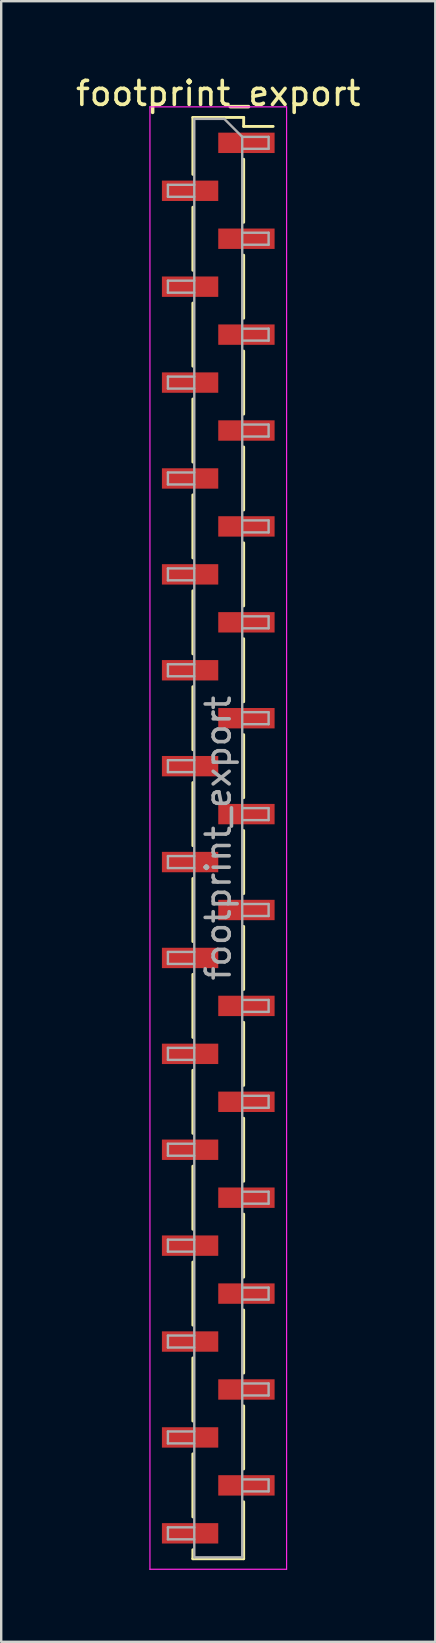
<source format=kicad_pcb>
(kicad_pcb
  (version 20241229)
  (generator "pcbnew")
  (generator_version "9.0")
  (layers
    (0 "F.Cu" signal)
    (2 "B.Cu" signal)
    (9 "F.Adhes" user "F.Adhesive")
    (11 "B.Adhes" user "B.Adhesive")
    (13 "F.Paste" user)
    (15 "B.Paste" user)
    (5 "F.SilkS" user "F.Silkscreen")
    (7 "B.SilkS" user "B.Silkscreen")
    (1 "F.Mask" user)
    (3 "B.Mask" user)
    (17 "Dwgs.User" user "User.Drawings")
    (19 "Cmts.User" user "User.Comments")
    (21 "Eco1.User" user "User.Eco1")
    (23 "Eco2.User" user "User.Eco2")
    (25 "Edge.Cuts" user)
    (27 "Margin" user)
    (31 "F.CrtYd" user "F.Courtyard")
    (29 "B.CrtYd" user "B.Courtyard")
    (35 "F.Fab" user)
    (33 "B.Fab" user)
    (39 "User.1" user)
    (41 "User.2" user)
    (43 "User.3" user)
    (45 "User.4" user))
  (footprint "footprint_export"
    (layer "F.Cu")
    (at 6.054 31.908)
    (property "Reference" "footprint_export" (at 0 -31.06 0) (layer "F.SilkS") (effects (font (size 1 1) (thickness 0.15))))
    (attr smd)
    (fp_line (start -1.06 -30.06) (end -1.06 -27.685) (stroke (width 0.12) (type solid)) (layer "F.SilkS"))
    (fp_line (start -1.06 -30.06) (end 1.06 -30.06) (stroke (width 0.12) (type solid)) (layer "F.SilkS"))
    (fp_line (start -1.06 -26.315) (end -1.06 -23.685) (stroke (width 0.12) (type solid)) (layer "F.SilkS"))
    (fp_line (start -1.06 -22.315) (end -1.06 -19.685) (stroke (width 0.12) (type solid)) (layer "F.SilkS"))
    (fp_line (start -1.06 -18.315) (end -1.06 -15.685) (stroke (width 0.12) (type solid)) (layer "F.SilkS"))
    (fp_line (start -1.06 -14.315) (end -1.06 -11.685) (stroke (width 0.12) (type solid)) (layer "F.SilkS"))
    (fp_line (start -1.06 -10.315) (end -1.06 -7.685) (stroke (width 0.12) (type solid)) (layer "F.SilkS"))
    (fp_line (start -1.06 -6.315) (end -1.06 -3.685) (stroke (width 0.12) (type solid)) (layer "F.SilkS"))
    (fp_line (start -1.06 -2.315) (end -1.06 0.315) (stroke (width 0.12) (type solid)) (layer "F.SilkS"))
    (fp_line (start -1.06 1.685) (end -1.06 4.315) (stroke (width 0.12) (type solid)) (layer "F.SilkS"))
    (fp_line (start -1.06 5.685) (end -1.06 8.315) (stroke (width 0.12) (type solid)) (layer "F.SilkS"))
    (fp_line (start -1.06 9.685) (end -1.06 12.315) (stroke (width 0.12) (type solid)) (layer "F.SilkS"))
    (fp_line (start -1.06 13.685) (end -1.06 16.315) (stroke (width 0.12) (type solid)) (layer "F.SilkS"))
    (fp_line (start -1.06 17.685) (end -1.06 20.315) (stroke (width 0.12) (type solid)) (layer "F.SilkS"))
    (fp_line (start -1.06 21.685) (end -1.06 24.315) (stroke (width 0.12) (type solid)) (layer "F.SilkS"))
    (fp_line (start -1.06 25.685) (end -1.06 28.315) (stroke (width 0.12) (type solid)) (layer "F.SilkS"))
    (fp_line (start -1.06 29.685) (end -1.06 30.06) (stroke (width 0.12) (type solid)) (layer "F.SilkS"))
    (fp_line (start -1.06 30.06) (end 1.06 30.06) (stroke (width 0.12) (type solid)) (layer "F.SilkS"))
    (fp_line (start 1.06 -30.06) (end 1.06 -29.685) (stroke (width 0.12) (type solid)) (layer "F.SilkS"))
    (fp_line (start 1.06 -29.685) (end 2.29 -29.685) (stroke (width 0.12) (type solid)) (layer "F.SilkS"))
    (fp_line (start 1.06 -28.315) (end 1.06 -25.685) (stroke (width 0.12) (type solid)) (layer "F.SilkS"))
    (fp_line (start 1.06 -24.315) (end 1.06 -21.685) (stroke (width 0.12) (type solid)) (layer "F.SilkS"))
    (fp_line (start 1.06 -20.315) (end 1.06 -17.685) (stroke (width 0.12) (type solid)) (layer "F.SilkS"))
    (fp_line (start 1.06 -16.315) (end 1.06 -13.685) (stroke (width 0.12) (type solid)) (layer "F.SilkS"))
    (fp_line (start 1.06 -12.315) (end 1.06 -9.685) (stroke (width 0.12) (type solid)) (layer "F.SilkS"))
    (fp_line (start 1.06 -8.315) (end 1.06 -5.685) (stroke (width 0.12) (type solid)) (layer "F.SilkS"))
    (fp_line (start 1.06 -4.315) (end 1.06 -1.685) (stroke (width 0.12) (type solid)) (layer "F.SilkS"))
    (fp_line (start 1.06 -0.315) (end 1.06 2.315) (stroke (width 0.12) (type solid)) (layer "F.SilkS"))
    (fp_line (start 1.06 3.685) (end 1.06 6.315) (stroke (width 0.12) (type solid)) (layer "F.SilkS"))
    (fp_line (start 1.06 7.685) (end 1.06 10.315) (stroke (width 0.12) (type solid)) (layer "F.SilkS"))
    (fp_line (start 1.06 11.685) (end 1.06 14.315) (stroke (width 0.12) (type solid)) (layer "F.SilkS"))
    (fp_line (start 1.06 15.685) (end 1.06 18.315) (stroke (width 0.12) (type solid)) (layer "F.SilkS"))
    (fp_line (start 1.06 19.685) (end 1.06 22.315) (stroke (width 0.12) (type solid)) (layer "F.SilkS"))
    (fp_line (start 1.06 23.685) (end 1.06 26.315) (stroke (width 0.12) (type solid)) (layer "F.SilkS"))
    (fp_line (start 1.06 27.685) (end 1.06 30.06) (stroke (width 0.12) (type solid)) (layer "F.SilkS"))
    (fp_line (start -2.85 -30.5) (end -2.85 30.5) (stroke (width 0.05) (type solid)) (layer "F.CrtYd"))
    (fp_line (start -2.85 30.5) (end 2.85 30.5) (stroke (width 0.05) (type solid)) (layer "F.CrtYd"))
    (fp_line (start 2.85 -30.5) (end -2.85 -30.5) (stroke (width 0.05) (type solid)) (layer "F.CrtYd"))
    (fp_line (start 2.85 30.5) (end 2.85 -30.5) (stroke (width 0.05) (type solid)) (layer "F.CrtYd"))
    (fp_line (start -2.1 -27.25) (end -2.1 -26.75) (stroke (width 0.1) (type solid)) (layer "F.Fab"))
    (fp_line (start -2.1 -26.75) (end -1 -26.75) (stroke (width 0.1) (type solid)) (layer "F.Fab"))
    (fp_line (start -2.1 -23.25) (end -2.1 -22.75) (stroke (width 0.1) (type solid)) (layer "F.Fab"))
    (fp_line (start -2.1 -22.75) (end -1 -22.75) (stroke (width 0.1) (type solid)) (layer "F.Fab"))
    (fp_line (start -2.1 -19.25) (end -2.1 -18.75) (stroke (width 0.1) (type solid)) (layer "F.Fab"))
    (fp_line (start -2.1 -18.75) (end -1 -18.75) (stroke (width 0.1) (type solid)) (layer "F.Fab"))
    (fp_line (start -2.1 -15.25) (end -2.1 -14.75) (stroke (width 0.1) (type solid)) (layer "F.Fab"))
    (fp_line (start -2.1 -14.75) (end -1 -14.75) (stroke (width 0.1) (type solid)) (layer "F.Fab"))
    (fp_line (start -2.1 -11.25) (end -2.1 -10.75) (stroke (width 0.1) (type solid)) (layer "F.Fab"))
    (fp_line (start -2.1 -10.75) (end -1 -10.75) (stroke (width 0.1) (type solid)) (layer "F.Fab"))
    (fp_line (start -2.1 -7.25) (end -2.1 -6.75) (stroke (width 0.1) (type solid)) (layer "F.Fab"))
    (fp_line (start -2.1 -6.75) (end -1 -6.75) (stroke (width 0.1) (type solid)) (layer "F.Fab"))
    (fp_line (start -2.1 -3.25) (end -2.1 -2.75) (stroke (width 0.1) (type solid)) (layer "F.Fab"))
    (fp_line (start -2.1 -2.75) (end -1 -2.75) (stroke (width 0.1) (type solid)) (layer "F.Fab"))
    (fp_line (start -2.1 0.75) (end -2.1 1.25) (stroke (width 0.1) (type solid)) (layer "F.Fab"))
    (fp_line (start -2.1 1.25) (end -1 1.25) (stroke (width 0.1) (type solid)) (layer "F.Fab"))
    (fp_line (start -2.1 4.75) (end -2.1 5.25) (stroke (width 0.1) (type solid)) (layer "F.Fab"))
    (fp_line (start -2.1 5.25) (end -1 5.25) (stroke (width 0.1) (type solid)) (layer "F.Fab"))
    (fp_line (start -2.1 8.75) (end -2.1 9.25) (stroke (width 0.1) (type solid)) (layer "F.Fab"))
    (fp_line (start -2.1 9.25) (end -1 9.25) (stroke (width 0.1) (type solid)) (layer "F.Fab"))
    (fp_line (start -2.1 12.75) (end -2.1 13.25) (stroke (width 0.1) (type solid)) (layer "F.Fab"))
    (fp_line (start -2.1 13.25) (end -1 13.25) (stroke (width 0.1) (type solid)) (layer "F.Fab"))
    (fp_line (start -2.1 16.75) (end -2.1 17.25) (stroke (width 0.1) (type solid)) (layer "F.Fab"))
    (fp_line (start -2.1 17.25) (end -1 17.25) (stroke (width 0.1) (type solid)) (layer "F.Fab"))
    (fp_line (start -2.1 20.75) (end -2.1 21.25) (stroke (width 0.1) (type solid)) (layer "F.Fab"))
    (fp_line (start -2.1 21.25) (end -1 21.25) (stroke (width 0.1) (type solid)) (layer "F.Fab"))
    (fp_line (start -2.1 24.75) (end -2.1 25.25) (stroke (width 0.1) (type solid)) (layer "F.Fab"))
    (fp_line (start -2.1 25.25) (end -1 25.25) (stroke (width 0.1) (type solid)) (layer "F.Fab"))
    (fp_line (start -2.1 28.75) (end -2.1 29.25) (stroke (width 0.1) (type solid)) (layer "F.Fab"))
    (fp_line (start -2.1 29.25) (end -1 29.25) (stroke (width 0.1) (type solid)) (layer "F.Fab"))
    (fp_line (start -1 -30) (end -1 30) (stroke (width 0.1) (type solid)) (layer "F.Fab"))
    (fp_line (start -1 -30) (end 0.25 -30) (stroke (width 0.1) (type solid)) (layer "F.Fab"))
    (fp_line (start -1 -27.25) (end -2.1 -27.25) (stroke (width 0.1) (type solid)) (layer "F.Fab"))
    (fp_line (start -1 -23.25) (end -2.1 -23.25) (stroke (width 0.1) (type solid)) (layer "F.Fab"))
    (fp_line (start -1 -19.25) (end -2.1 -19.25) (stroke (width 0.1) (type solid)) (layer "F.Fab"))
    (fp_line (start -1 -15.25) (end -2.1 -15.25) (stroke (width 0.1) (type solid)) (layer "F.Fab"))
    (fp_line (start -1 -11.25) (end -2.1 -11.25) (stroke (width 0.1) (type solid)) (layer "F.Fab"))
    (fp_line (start -1 -7.25) (end -2.1 -7.25) (stroke (width 0.1) (type solid)) (layer "F.Fab"))
    (fp_line (start -1 -3.25) (end -2.1 -3.25) (stroke (width 0.1) (type solid)) (layer "F.Fab"))
    (fp_line (start -1 0.75) (end -2.1 0.75) (stroke (width 0.1) (type solid)) (layer "F.Fab"))
    (fp_line (start -1 4.75) (end -2.1 4.75) (stroke (width 0.1) (type solid)) (layer "F.Fab"))
    (fp_line (start -1 8.75) (end -2.1 8.75) (stroke (width 0.1) (type solid)) (layer "F.Fab"))
    (fp_line (start -1 12.75) (end -2.1 12.75) (stroke (width 0.1) (type solid)) (layer "F.Fab"))
    (fp_line (start -1 16.75) (end -2.1 16.75) (stroke (width 0.1) (type solid)) (layer "F.Fab"))
    (fp_line (start -1 20.75) (end -2.1 20.75) (stroke (width 0.1) (type solid)) (layer "F.Fab"))
    (fp_line (start -1 24.75) (end -2.1 24.75) (stroke (width 0.1) (type solid)) (layer "F.Fab"))
    (fp_line (start -1 28.75) (end -2.1 28.75) (stroke (width 0.1) (type solid)) (layer "F.Fab"))
    (fp_line (start 1 -29.25) (end 0.25 -30) (stroke (width 0.1) (type solid)) (layer "F.Fab"))
    (fp_line (start 1 -29.25) (end 2.1 -29.25) (stroke (width 0.1) (type solid)) (layer "F.Fab"))
    (fp_line (start 1 -25.25) (end 2.1 -25.25) (stroke (width 0.1) (type solid)) (layer "F.Fab"))
    (fp_line (start 1 -21.25) (end 2.1 -21.25) (stroke (width 0.1) (type solid)) (layer "F.Fab"))
    (fp_line (start 1 -17.25) (end 2.1 -17.25) (stroke (width 0.1) (type solid)) (layer "F.Fab"))
    (fp_line (start 1 -13.25) (end 2.1 -13.25) (stroke (width 0.1) (type solid)) (layer "F.Fab"))
    (fp_line (start 1 -9.25) (end 2.1 -9.25) (stroke (width 0.1) (type solid)) (layer "F.Fab"))
    (fp_line (start 1 -5.25) (end 2.1 -5.25) (stroke (width 0.1) (type solid)) (layer "F.Fab"))
    (fp_line (start 1 -1.25) (end 2.1 -1.25) (stroke (width 0.1) (type solid)) (layer "F.Fab"))
    (fp_line (start 1 2.75) (end 2.1 2.75) (stroke (width 0.1) (type solid)) (layer "F.Fab"))
    (fp_line (start 1 6.75) (end 2.1 6.75) (stroke (width 0.1) (type solid)) (layer "F.Fab"))
    (fp_line (start 1 10.75) (end 2.1 10.75) (stroke (width 0.1) (type solid)) (layer "F.Fab"))
    (fp_line (start 1 14.75) (end 2.1 14.75) (stroke (width 0.1) (type solid)) (layer "F.Fab"))
    (fp_line (start 1 18.75) (end 2.1 18.75) (stroke (width 0.1) (type solid)) (layer "F.Fab"))
    (fp_line (start 1 22.75) (end 2.1 22.75) (stroke (width 0.1) (type solid)) (layer "F.Fab"))
    (fp_line (start 1 26.75) (end 2.1 26.75) (stroke (width 0.1) (type solid)) (layer "F.Fab"))
    (fp_line (start 1 30) (end -1 30) (stroke (width 0.1) (type solid)) (layer "F.Fab"))
    (fp_line (start 1 30) (end 1 -29.25) (stroke (width 0.1) (type solid)) (layer "F.Fab"))
    (fp_line (start 2.1 -29.25) (end 2.1 -28.75) (stroke (width 0.1) (type solid)) (layer "F.Fab"))
    (fp_line (start 2.1 -28.75) (end 1 -28.75) (stroke (width 0.1) (type solid)) (layer "F.Fab"))
    (fp_line (start 2.1 -25.25) (end 2.1 -24.75) (stroke (width 0.1) (type solid)) (layer "F.Fab"))
    (fp_line (start 2.1 -24.75) (end 1 -24.75) (stroke (width 0.1) (type solid)) (layer "F.Fab"))
    (fp_line (start 2.1 -21.25) (end 2.1 -20.75) (stroke (width 0.1) (type solid)) (layer "F.Fab"))
    (fp_line (start 2.1 -20.75) (end 1 -20.75) (stroke (width 0.1) (type solid)) (layer "F.Fab"))
    (fp_line (start 2.1 -17.25) (end 2.1 -16.75) (stroke (width 0.1) (type solid)) (layer "F.Fab"))
    (fp_line (start 2.1 -16.75) (end 1 -16.75) (stroke (width 0.1) (type solid)) (layer "F.Fab"))
    (fp_line (start 2.1 -13.25) (end 2.1 -12.75) (stroke (width 0.1) (type solid)) (layer "F.Fab"))
    (fp_line (start 2.1 -12.75) (end 1 -12.75) (stroke (width 0.1) (type solid)) (layer "F.Fab"))
    (fp_line (start 2.1 -9.25) (end 2.1 -8.75) (stroke (width 0.1) (type solid)) (layer "F.Fab"))
    (fp_line (start 2.1 -8.75) (end 1 -8.75) (stroke (width 0.1) (type solid)) (layer "F.Fab"))
    (fp_line (start 2.1 -5.25) (end 2.1 -4.75) (stroke (width 0.1) (type solid)) (layer "F.Fab"))
    (fp_line (start 2.1 -4.75) (end 1 -4.75) (stroke (width 0.1) (type solid)) (layer "F.Fab"))
    (fp_line (start 2.1 -1.25) (end 2.1 -0.75) (stroke (width 0.1) (type solid)) (layer "F.Fab"))
    (fp_line (start 2.1 -0.75) (end 1 -0.75) (stroke (width 0.1) (type solid)) (layer "F.Fab"))
    (fp_line (start 2.1 2.75) (end 2.1 3.25) (stroke (width 0.1) (type solid)) (layer "F.Fab"))
    (fp_line (start 2.1 3.25) (end 1 3.25) (stroke (width 0.1) (type solid)) (layer "F.Fab"))
    (fp_line (start 2.1 6.75) (end 2.1 7.25) (stroke (width 0.1) (type solid)) (layer "F.Fab"))
    (fp_line (start 2.1 7.25) (end 1 7.25) (stroke (width 0.1) (type solid)) (layer "F.Fab"))
    (fp_line (start 2.1 10.75) (end 2.1 11.25) (stroke (width 0.1) (type solid)) (layer "F.Fab"))
    (fp_line (start 2.1 11.25) (end 1 11.25) (stroke (width 0.1) (type solid)) (layer "F.Fab"))
    (fp_line (start 2.1 14.75) (end 2.1 15.25) (stroke (width 0.1) (type solid)) (layer "F.Fab"))
    (fp_line (start 2.1 15.25) (end 1 15.25) (stroke (width 0.1) (type solid)) (layer "F.Fab"))
    (fp_line (start 2.1 18.75) (end 2.1 19.25) (stroke (width 0.1) (type solid)) (layer "F.Fab"))
    (fp_line (start 2.1 19.25) (end 1 19.25) (stroke (width 0.1) (type solid)) (layer "F.Fab"))
    (fp_line (start 2.1 22.75) (end 2.1 23.25) (stroke (width 0.1) (type solid)) (layer "F.Fab"))
    (fp_line (start 2.1 23.25) (end 1 23.25) (stroke (width 0.1) (type solid)) (layer "F.Fab"))
    (fp_line (start 2.1 26.75) (end 2.1 27.25) (stroke (width 0.1) (type solid)) (layer "F.Fab"))
    (fp_line (start 2.1 27.25) (end 1 27.25) (stroke (width 0.1) (type solid)) (layer "F.Fab"))
    (fp_text user "${REFERENCE}" (at 0 0 90) (layer "F.Fab") (effects (font (size 1 1) (thickness 0.15))))
    (pad "1" smd rect (at 1.175 -29) (size 2.35 0.85) (layers "F.Cu" "F.Mask" "F.Paste"))
    (pad "2" smd rect (at -1.175 -27) (size 2.35 0.85) (layers "F.Cu" "F.Mask" "F.Paste"))
    (pad "3" smd rect (at 1.175 -25) (size 2.35 0.85) (layers "F.Cu" "F.Mask" "F.Paste"))
    (pad "4" smd rect (at -1.175 -23) (size 2.35 0.85) (layers "F.Cu" "F.Mask" "F.Paste"))
    (pad "5" smd rect (at 1.175 -21) (size 2.35 0.85) (layers "F.Cu" "F.Mask" "F.Paste"))
    (pad "6" smd rect (at -1.175 -19) (size 2.35 0.85) (layers "F.Cu" "F.Mask" "F.Paste"))
    (pad "7" smd rect (at 1.175 -17) (size 2.35 0.85) (layers "F.Cu" "F.Mask" "F.Paste"))
    (pad "8" smd rect (at -1.175 -15) (size 2.35 0.85) (layers "F.Cu" "F.Mask" "F.Paste"))
    (pad "9" smd rect (at 1.175 -13) (size 2.35 0.85) (layers "F.Cu" "F.Mask" "F.Paste"))
    (pad "10" smd rect (at -1.175 -11) (size 2.35 0.85) (layers "F.Cu" "F.Mask" "F.Paste"))
    (pad "11" smd rect (at 1.175 -9) (size 2.35 0.85) (layers "F.Cu" "F.Mask" "F.Paste"))
    (pad "12" smd rect (at -1.175 -7) (size 2.35 0.85) (layers "F.Cu" "F.Mask" "F.Paste"))
    (pad "13" smd rect (at 1.175 -5) (size 2.35 0.85) (layers "F.Cu" "F.Mask" "F.Paste"))
    (pad "14" smd rect (at -1.175 -3) (size 2.35 0.85) (layers "F.Cu" "F.Mask" "F.Paste"))
    (pad "15" smd rect (at 1.175 -1) (size 2.35 0.85) (layers "F.Cu" "F.Mask" "F.Paste"))
    (pad "16" smd rect (at -1.175 1) (size 2.35 0.85) (layers "F.Cu" "F.Mask" "F.Paste"))
    (pad "17" smd rect (at 1.175 3) (size 2.35 0.85) (layers "F.Cu" "F.Mask" "F.Paste"))
    (pad "18" smd rect (at -1.175 5) (size 2.35 0.85) (layers "F.Cu" "F.Mask" "F.Paste"))
    (pad "19" smd rect (at 1.175 7) (size 2.35 0.85) (layers "F.Cu" "F.Mask" "F.Paste"))
    (pad "20" smd rect (at -1.175 9) (size 2.35 0.85) (layers "F.Cu" "F.Mask" "F.Paste"))
    (pad "21" smd rect (at 1.175 11) (size 2.35 0.85) (layers "F.Cu" "F.Mask" "F.Paste"))
    (pad "22" smd rect (at -1.175 13) (size 2.35 0.85) (layers "F.Cu" "F.Mask" "F.Paste"))
    (pad "23" smd rect (at 1.175 15) (size 2.35 0.85) (layers "F.Cu" "F.Mask" "F.Paste"))
    (pad "24" smd rect (at -1.175 17) (size 2.35 0.85) (layers "F.Cu" "F.Mask" "F.Paste"))
    (pad "25" smd rect (at 1.175 19) (size 2.35 0.85) (layers "F.Cu" "F.Mask" "F.Paste"))
    (pad "26" smd rect (at -1.175 21) (size 2.35 0.85) (layers "F.Cu" "F.Mask" "F.Paste"))
    (pad "27" smd rect (at 1.175 23) (size 2.35 0.85) (layers "F.Cu" "F.Mask" "F.Paste"))
    (pad "28" smd rect (at -1.175 25) (size 2.35 0.85) (layers "F.Cu" "F.Mask" "F.Paste"))
    (pad "29" smd rect (at 1.175 27) (size 2.35 0.85) (layers "F.Cu" "F.Mask" "F.Paste"))
    (pad "30" smd rect (at -1.175 29) (size 2.35 0.85) (layers "F.Cu" "F.Mask" "F.Paste")))
  (gr_rect
    (start -3 -3)
    (end 15.107 65.433)
    (stroke (width 0.1) (type default))
    (fill no)
    (layer "Edge.Cuts")))
</source>
